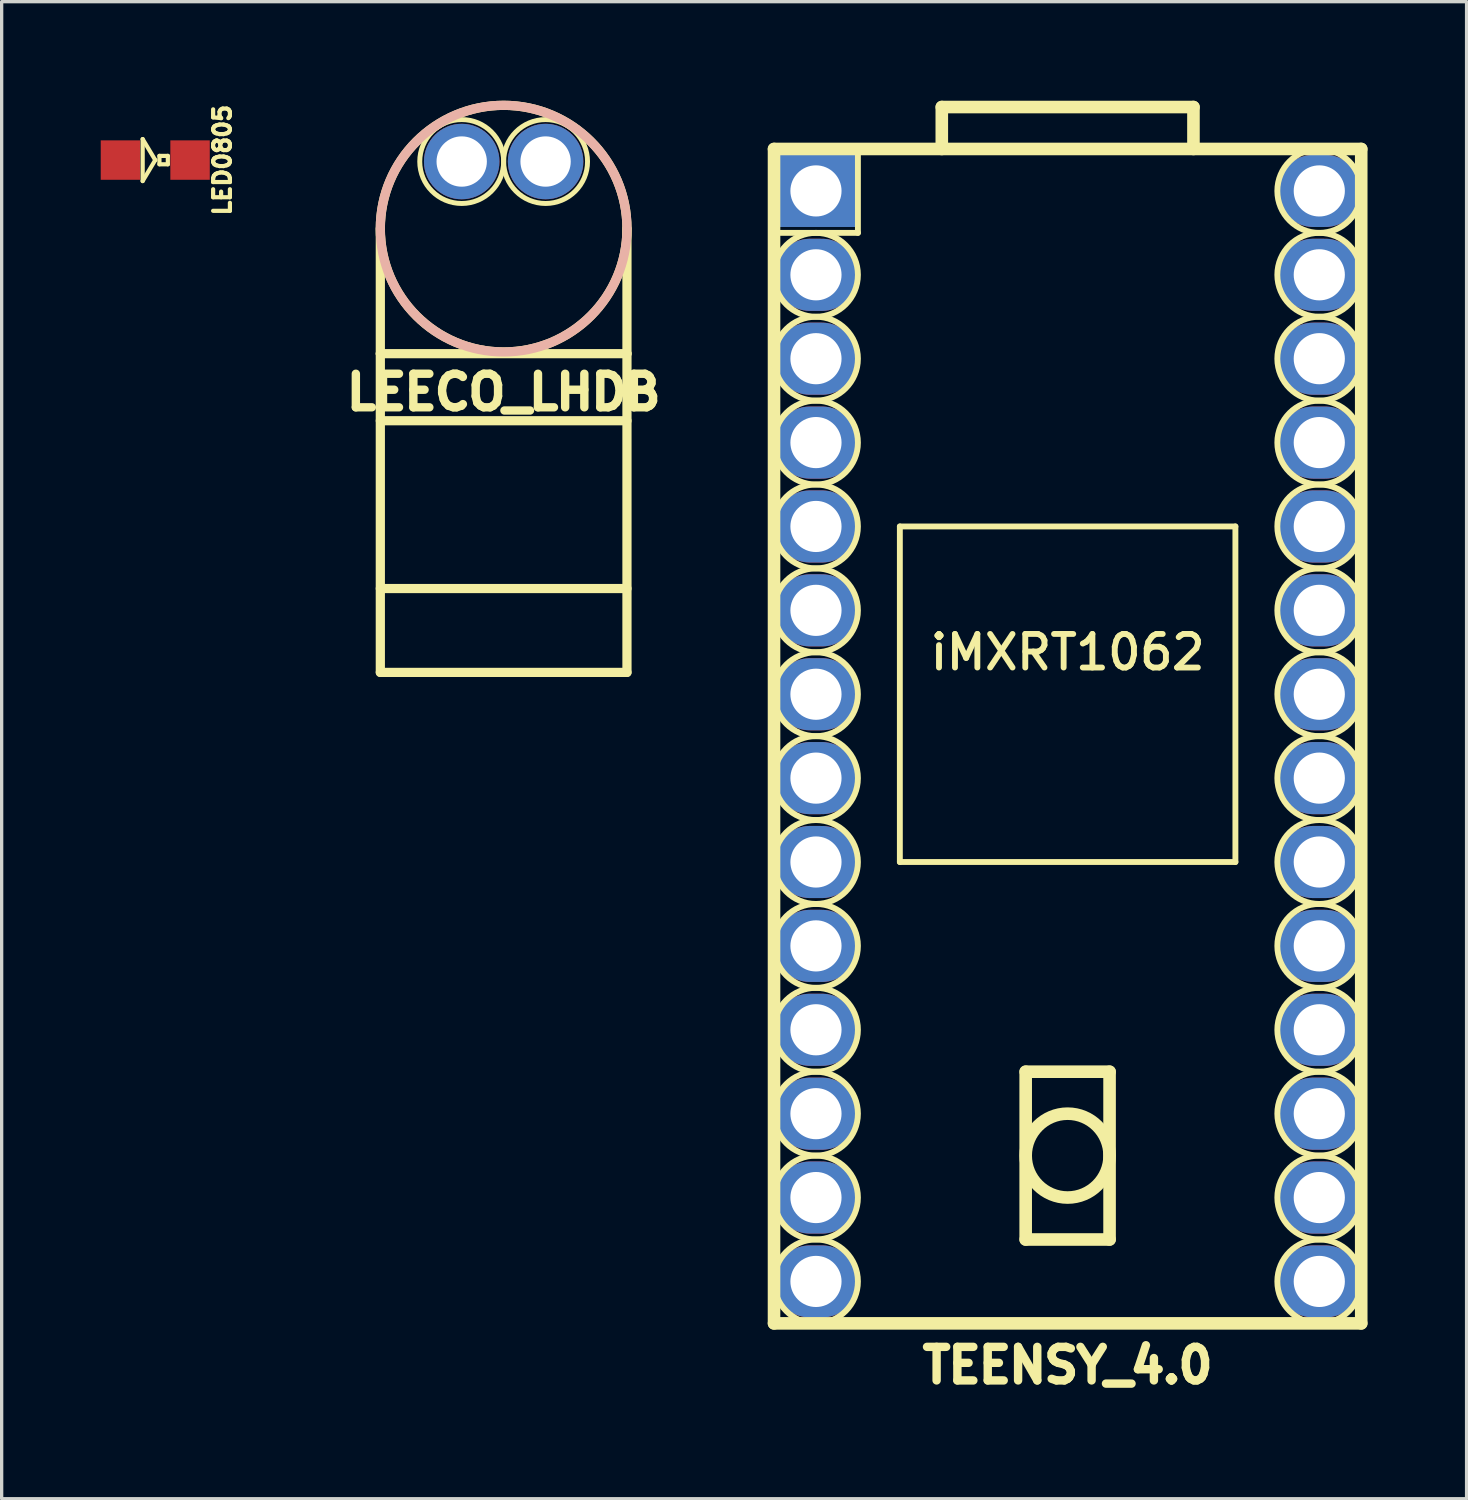
<source format=kicad_pcb>
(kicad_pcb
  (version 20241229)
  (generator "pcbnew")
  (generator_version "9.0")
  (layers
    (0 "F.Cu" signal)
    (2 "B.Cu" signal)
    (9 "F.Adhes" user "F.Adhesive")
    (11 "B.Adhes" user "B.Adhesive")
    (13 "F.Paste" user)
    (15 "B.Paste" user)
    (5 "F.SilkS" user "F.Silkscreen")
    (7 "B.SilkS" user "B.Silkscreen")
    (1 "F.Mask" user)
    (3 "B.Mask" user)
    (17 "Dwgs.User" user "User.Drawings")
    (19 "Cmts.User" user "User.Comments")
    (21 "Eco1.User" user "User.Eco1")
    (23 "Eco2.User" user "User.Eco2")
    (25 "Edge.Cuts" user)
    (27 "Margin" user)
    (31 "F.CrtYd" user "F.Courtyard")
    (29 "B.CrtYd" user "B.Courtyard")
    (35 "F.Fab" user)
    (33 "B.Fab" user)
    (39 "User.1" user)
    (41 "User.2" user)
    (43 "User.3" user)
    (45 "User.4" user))
  (footprint "LEECO_LHDB"
    (layer "F.Cu")
    (at 12.2 1.841)
    (property "Reference" "LEECO_LHDB" (at 0 6.985 0) (layer "F.SilkS") (effects (font (size 1.016 1.016) (thickness 0.254))))
    (attr through_hole)
    (fp_line (start -3.734 2.032) (end -3.734 5.817) (stroke (width 0.279) (type solid)) (layer "F.SilkS"))
    (fp_line (start -3.734 5.817) (end 3.734 5.817) (stroke (width 0.279) (type solid)) (layer "F.SilkS"))
    (fp_line (start -3.734 7.849) (end 3.734 7.849) (stroke (width 0.279) (type solid)) (layer "F.SilkS"))
    (fp_line (start -3.734 12.929) (end 3.734 12.929) (stroke (width 0.279) (type solid)) (layer "F.SilkS"))
    (fp_line (start -3.734 15.469) (end -3.734 5.817) (stroke (width 0.279) (type solid)) (layer "F.SilkS"))
    (fp_line (start -3.734 15.469) (end 3.734 15.469) (stroke (width 0.279) (type solid)) (layer "F.SilkS"))
    (fp_line (start 3.734 5.817) (end 3.734 2.032) (stroke (width 0.279) (type solid)) (layer "F.SilkS"))
    (fp_line (start 3.734 15.469) (end 3.734 5.817) (stroke (width 0.279) (type solid)) (layer "F.SilkS"))
    (fp_circle (center -1.27 0) (end -1.27 -1.27) (stroke (width 0.15) (type solid)) (fill no) (layer "F.SilkS"))
    (fp_circle (center 0 2.032) (end 3.734 2.032) (stroke (width 0.279) (type solid)) (fill no) (layer "F.SilkS"))
    (fp_circle (center 1.27 0) (end 1.27 -1.27) (stroke (width 0.15) (type solid)) (fill no) (layer "F.SilkS"))
    (fp_circle (center 0 2.032) (end 3.734 2.032) (stroke (width 0.279) (type solid)) (fill no) (layer "B.SilkS"))
    (pad "1" thru_hole circle (at -1.27 0) (size 2.286 2.286) (drill 1.524) (layers "*.Cu" "*.Mask"))
    (pad "2" thru_hole circle (at 1.27 0) (size 2.286 2.286) (drill 1.524) (layers "*.Cu" "*.Mask")))
  (footprint "LED0805"
    (layer "F.Cu")
    (at 1.651 1.797)
    (property "Reference" "LED0805" (at 2.032 0 90) (layer "F.SilkS") (effects (font (size 0.508 0.508) (thickness 0.127))))
    (attr through_hole)
    (fp_line (start -0.381 -0.635) (end -0.381 0.635) (stroke (width 0.127) (type solid)) (layer "F.SilkS"))
    (fp_line (start -0.381 -0.635) (end 0 0) (stroke (width 0.127) (type solid)) (layer "F.SilkS"))
    (fp_line (start 0 0) (end -0.381 0.635) (stroke (width 0.127) (type solid)) (layer "F.SilkS"))
    (fp_line (start 0.127 -0.127) (end 0.127 0.127) (stroke (width 0.127) (type solid)) (layer "F.SilkS"))
    (fp_line (start 0.127 0.127) (end 0.381 0.127) (stroke (width 0.127) (type solid)) (layer "F.SilkS"))
    (fp_line (start 0.381 -0.127) (end 0.127 -0.127) (stroke (width 0.127) (type solid)) (layer "F.SilkS"))
    (fp_line (start 0.381 0.127) (end 0.381 -0.127) (stroke (width 0.127) (type solid)) (layer "F.SilkS"))
    (pad "1" smd rect (at -1.054 0) (size 1.194 1.194) (layers "F.Cu" "F.Mask" "F.Paste"))
    (pad "2" smd rect (at 1.054 0) (size 1.194 1.194) (layers "F.Cu" "F.Mask" "F.Paste")))
  (footprint "TEENSY_4.0"
    (layer "F.Cu")
    (at 29.277 19.241)
    (property "Reference" "TEENSY_4.0" (at 0 19.05 0) (layer "F.SilkS") (effects (font (size 1.016 1.016) (thickness 0.254))))
    (attr through_hole)
    (fp_line (start -8.89 -17.78) (end -8.89 17.78) (stroke (width 0.381) (type solid)) (layer "F.SilkS"))
    (fp_line (start -8.89 -15.24) (end -6.35 -15.24) (stroke (width 0.178) (type solid)) (layer "F.SilkS"))
    (fp_line (start -8.89 17.78) (end 8.89 17.78) (stroke (width 0.381) (type solid)) (layer "F.SilkS"))
    (fp_line (start -6.35 -15.24) (end -6.35 -17.78) (stroke (width 0.178) (type solid)) (layer "F.SilkS"))
    (fp_line (start -5.08 -6.35) (end -5.08 3.81) (stroke (width 0.178) (type solid)) (layer "F.SilkS"))
    (fp_line (start -5.08 3.81) (end 5.08 3.81) (stroke (width 0.178) (type solid)) (layer "F.SilkS"))
    (fp_line (start -3.81 -19.05) (end 3.81 -19.05) (stroke (width 0.381) (type solid)) (layer "F.SilkS"))
    (fp_line (start -3.81 -17.78) (end -3.81 -19.05) (stroke (width 0.381) (type solid)) (layer "F.SilkS"))
    (fp_line (start -1.27 10.16) (end -1.27 15.24) (stroke (width 0.381) (type solid)) (layer "F.SilkS"))
    (fp_line (start -1.27 15.24) (end 1.27 15.24) (stroke (width 0.381) (type solid)) (layer "F.SilkS"))
    (fp_line (start 1.27 10.16) (end -1.27 10.16) (stroke (width 0.381) (type solid)) (layer "F.SilkS"))
    (fp_line (start 1.27 15.24) (end 1.27 10.16) (stroke (width 0.381) (type solid)) (layer "F.SilkS"))
    (fp_line (start 3.81 -19.05) (end 3.81 -17.78) (stroke (width 0.381) (type solid)) (layer "F.SilkS"))
    (fp_line (start 5.08 -6.35) (end -5.08 -6.35) (stroke (width 0.178) (type solid)) (layer "F.SilkS"))
    (fp_line (start 5.08 3.81) (end 5.08 -6.35) (stroke (width 0.178) (type solid)) (layer "F.SilkS"))
    (fp_line (start 8.89 -17.78) (end -8.89 -17.78) (stroke (width 0.381) (type solid)) (layer "F.SilkS"))
    (fp_line (start 8.89 17.78) (end 8.89 -17.78) (stroke (width 0.381) (type solid)) (layer "F.SilkS"))
    (fp_circle (center -7.62 -13.97) (end -6.35 -13.97) (stroke (width 0.178) (type solid)) (fill no) (layer "F.SilkS"))
    (fp_circle (center -7.62 -11.43) (end -6.35 -11.43) (stroke (width 0.178) (type solid)) (fill no) (layer "F.SilkS"))
    (fp_circle (center -7.62 -8.89) (end -6.35 -8.89) (stroke (width 0.178) (type solid)) (fill no) (layer "F.SilkS"))
    (fp_circle (center -7.62 -6.35) (end -6.35 -6.35) (stroke (width 0.178) (type solid)) (fill no) (layer "F.SilkS"))
    (fp_circle (center -7.62 -3.81) (end -6.35 -3.81) (stroke (width 0.178) (type solid)) (fill no) (layer "F.SilkS"))
    (fp_circle (center -7.62 -1.27) (end -6.35 -1.27) (stroke (width 0.178) (type solid)) (fill no) (layer "F.SilkS"))
    (fp_circle (center -7.62 1.27) (end -6.35 1.27) (stroke (width 0.178) (type solid)) (fill no) (layer "F.SilkS"))
    (fp_circle (center -7.62 3.81) (end -6.35 3.81) (stroke (width 0.178) (type solid)) (fill no) (layer "F.SilkS"))
    (fp_circle (center -7.62 6.35) (end -6.35 6.35) (stroke (width 0.178) (type solid)) (fill no) (layer "F.SilkS"))
    (fp_circle (center -7.62 8.89) (end -6.35 8.89) (stroke (width 0.178) (type solid)) (fill no) (layer "F.SilkS"))
    (fp_circle (center -7.62 11.43) (end -6.35 11.43) (stroke (width 0.178) (type solid)) (fill no) (layer "F.SilkS"))
    (fp_circle (center -7.62 13.97) (end -6.35 13.97) (stroke (width 0.178) (type solid)) (fill no) (layer "F.SilkS"))
    (fp_circle (center -7.62 16.51) (end -6.35 16.51) (stroke (width 0.178) (type solid)) (fill no) (layer "F.SilkS"))
    (fp_circle (center 0 12.7) (end -1.27 12.7) (stroke (width 0.381) (type solid)) (fill no) (layer "F.SilkS"))
    (fp_circle (center 7.62 -16.51) (end 8.89 -16.51) (stroke (width 0.178) (type solid)) (fill no) (layer "F.SilkS"))
    (fp_circle (center 7.62 -13.97) (end 8.89 -13.97) (stroke (width 0.178) (type solid)) (fill no) (layer "F.SilkS"))
    (fp_circle (center 7.62 -11.43) (end 8.89 -11.43) (stroke (width 0.178) (type solid)) (fill no) (layer "F.SilkS"))
    (fp_circle (center 7.62 -8.89) (end 8.89 -8.89) (stroke (width 0.178) (type solid)) (fill no) (layer "F.SilkS"))
    (fp_circle (center 7.62 -6.35) (end 8.89 -6.35) (stroke (width 0.178) (type solid)) (fill no) (layer "F.SilkS"))
    (fp_circle (center 7.62 -3.81) (end 8.89 -3.81) (stroke (width 0.178) (type solid)) (fill no) (layer "F.SilkS"))
    (fp_circle (center 7.62 -1.27) (end 8.89 -1.27) (stroke (width 0.178) (type solid)) (fill no) (layer "F.SilkS"))
    (fp_circle (center 7.62 1.27) (end 8.89 1.27) (stroke (width 0.178) (type solid)) (fill no) (layer "F.SilkS"))
    (fp_circle (center 7.62 3.81) (end 8.89 3.81) (stroke (width 0.178) (type solid)) (fill no) (layer "F.SilkS"))
    (fp_circle (center 7.62 6.35) (end 8.89 6.35) (stroke (width 0.178) (type solid)) (fill no) (layer "F.SilkS"))
    (fp_circle (center 7.62 8.89) (end 8.89 8.89) (stroke (width 0.178) (type solid)) (fill no) (layer "F.SilkS"))
    (fp_circle (center 7.62 11.43) (end 8.89 11.43) (stroke (width 0.178) (type solid)) (fill no) (layer "F.SilkS"))
    (fp_circle (center 7.62 13.97) (end 8.89 13.97) (stroke (width 0.178) (type solid)) (fill no) (layer "F.SilkS"))
    (fp_circle (center 7.62 16.51) (end 8.89 16.51) (stroke (width 0.178) (type solid)) (fill no) (layer "F.SilkS"))
    (fp_text user "iMXRT1062" (at 0 -2.54 0) (layer "F.SilkS") (effects (font (size 1.016 1.016) (thickness 0.178))))
    (pad "" thru_hole oval (at 7.62 -13.97) (size 2.54 2.184) (drill 1.549) (layers "*.Cu" "*.Mask"))
    (pad "0" thru_hole oval (at -7.62 -13.97) (size 2.54 2.184) (drill 1.549) (layers "*.Cu" "*.Mask"))
    (pad "1" thru_hole oval (at -7.62 -11.43) (size 2.54 2.184) (drill 1.549) (layers "*.Cu" "*.Mask"))
    (pad "2" thru_hole oval (at -7.62 -8.89) (size 2.54 2.184) (drill 1.549) (layers "*.Cu" "*.Mask"))
    (pad "3" thru_hole oval (at -7.62 -6.35) (size 2.54 2.184) (drill 1.549) (layers "*.Cu" "*.Mask"))
    (pad "3V3" thru_hole oval (at 7.62 -11.43) (size 2.54 2.184) (drill 1.549) (layers "*.Cu" "*.Mask"))
    (pad "4" thru_hole oval (at -7.62 -3.81) (size 2.54 2.184) (drill 1.549) (layers "*.Cu" "*.Mask"))
    (pad "5" thru_hole oval (at -7.62 -1.27) (size 2.54 2.184) (drill 1.549) (layers "*.Cu" "*.Mask"))
    (pad "6" thru_hole oval (at -7.62 1.27) (size 2.54 2.184) (drill 1.549) (layers "*.Cu" "*.Mask"))
    (pad "7" thru_hole oval (at -7.62 3.81) (size 2.54 2.184) (drill 1.549) (layers "*.Cu" "*.Mask"))
    (pad "8" thru_hole oval (at -7.62 6.35) (size 2.54 2.184) (drill 1.549) (layers "*.Cu" "*.Mask"))
    (pad "9" thru_hole oval (at -7.62 8.89) (size 2.54 2.184) (drill 1.549) (layers "*.Cu" "*.Mask"))
    (pad "10" thru_hole oval (at -7.62 11.43) (size 2.54 2.184) (drill 1.549) (layers "*.Cu" "*.Mask"))
    (pad "11" thru_hole oval (at -7.62 13.97) (size 2.54 2.184) (drill 1.549) (layers "*.Cu" "*.Mask"))
    (pad "12" thru_hole oval (at -7.62 16.51) (size 2.54 2.184) (drill 1.549) (layers "*.Cu" "*.Mask"))
    (pad "13" thru_hole oval (at 7.62 16.51) (size 2.54 2.184) (drill 1.549) (layers "*.Cu" "*.Mask"))
    (pad "14" thru_hole oval (at 7.62 13.97) (size 2.54 2.184) (drill 1.549) (layers "*.Cu" "*.Mask"))
    (pad "15" thru_hole oval (at 7.62 11.43) (size 2.54 2.184) (drill 1.549) (layers "*.Cu" "*.Mask"))
    (pad "16" thru_hole oval (at 7.62 8.89) (size 2.54 2.184) (drill 1.549) (layers "*.Cu" "*.Mask"))
    (pad "17" thru_hole oval (at 7.62 6.35) (size 2.54 2.184) (drill 1.549) (layers "*.Cu" "*.Mask"))
    (pad "18" thru_hole oval (at 7.62 3.81) (size 2.54 2.184) (drill 1.549) (layers "*.Cu" "*.Mask"))
    (pad "19" thru_hole oval (at 7.62 1.27) (size 2.54 2.184) (drill 1.549) (layers "*.Cu" "*.Mask"))
    (pad "20" thru_hole oval (at 7.62 -1.27) (size 2.54 2.184) (drill 1.549) (layers "*.Cu" "*.Mask"))
    (pad "21" thru_hole oval (at 7.62 -3.81) (size 2.54 2.184) (drill 1.549) (layers "*.Cu" "*.Mask"))
    (pad "22" thru_hole oval (at 7.62 -6.35) (size 2.54 2.184) (drill 1.549) (layers "*.Cu" "*.Mask"))
    (pad "23" thru_hole oval (at 7.62 -8.89) (size 2.54 2.184) (drill 1.549) (layers "*.Cu" "*.Mask"))
    (pad "GND" thru_hole rect (at -7.62 -16.51) (size 2.54 2.184) (drill 1.549) (layers "*.Cu" "*.Mask"))
    (pad "V_IN" thru_hole oval (at 7.62 -16.51) (size 2.54 2.184) (drill 1.549) (layers "*.Cu" "*.Mask")))
  (gr_rect
    (start -3 -3)
    (end 41.357 42.331)
    (stroke (width 0.1) (type default))
    (fill no)
    (layer "Edge.Cuts")))
</source>
